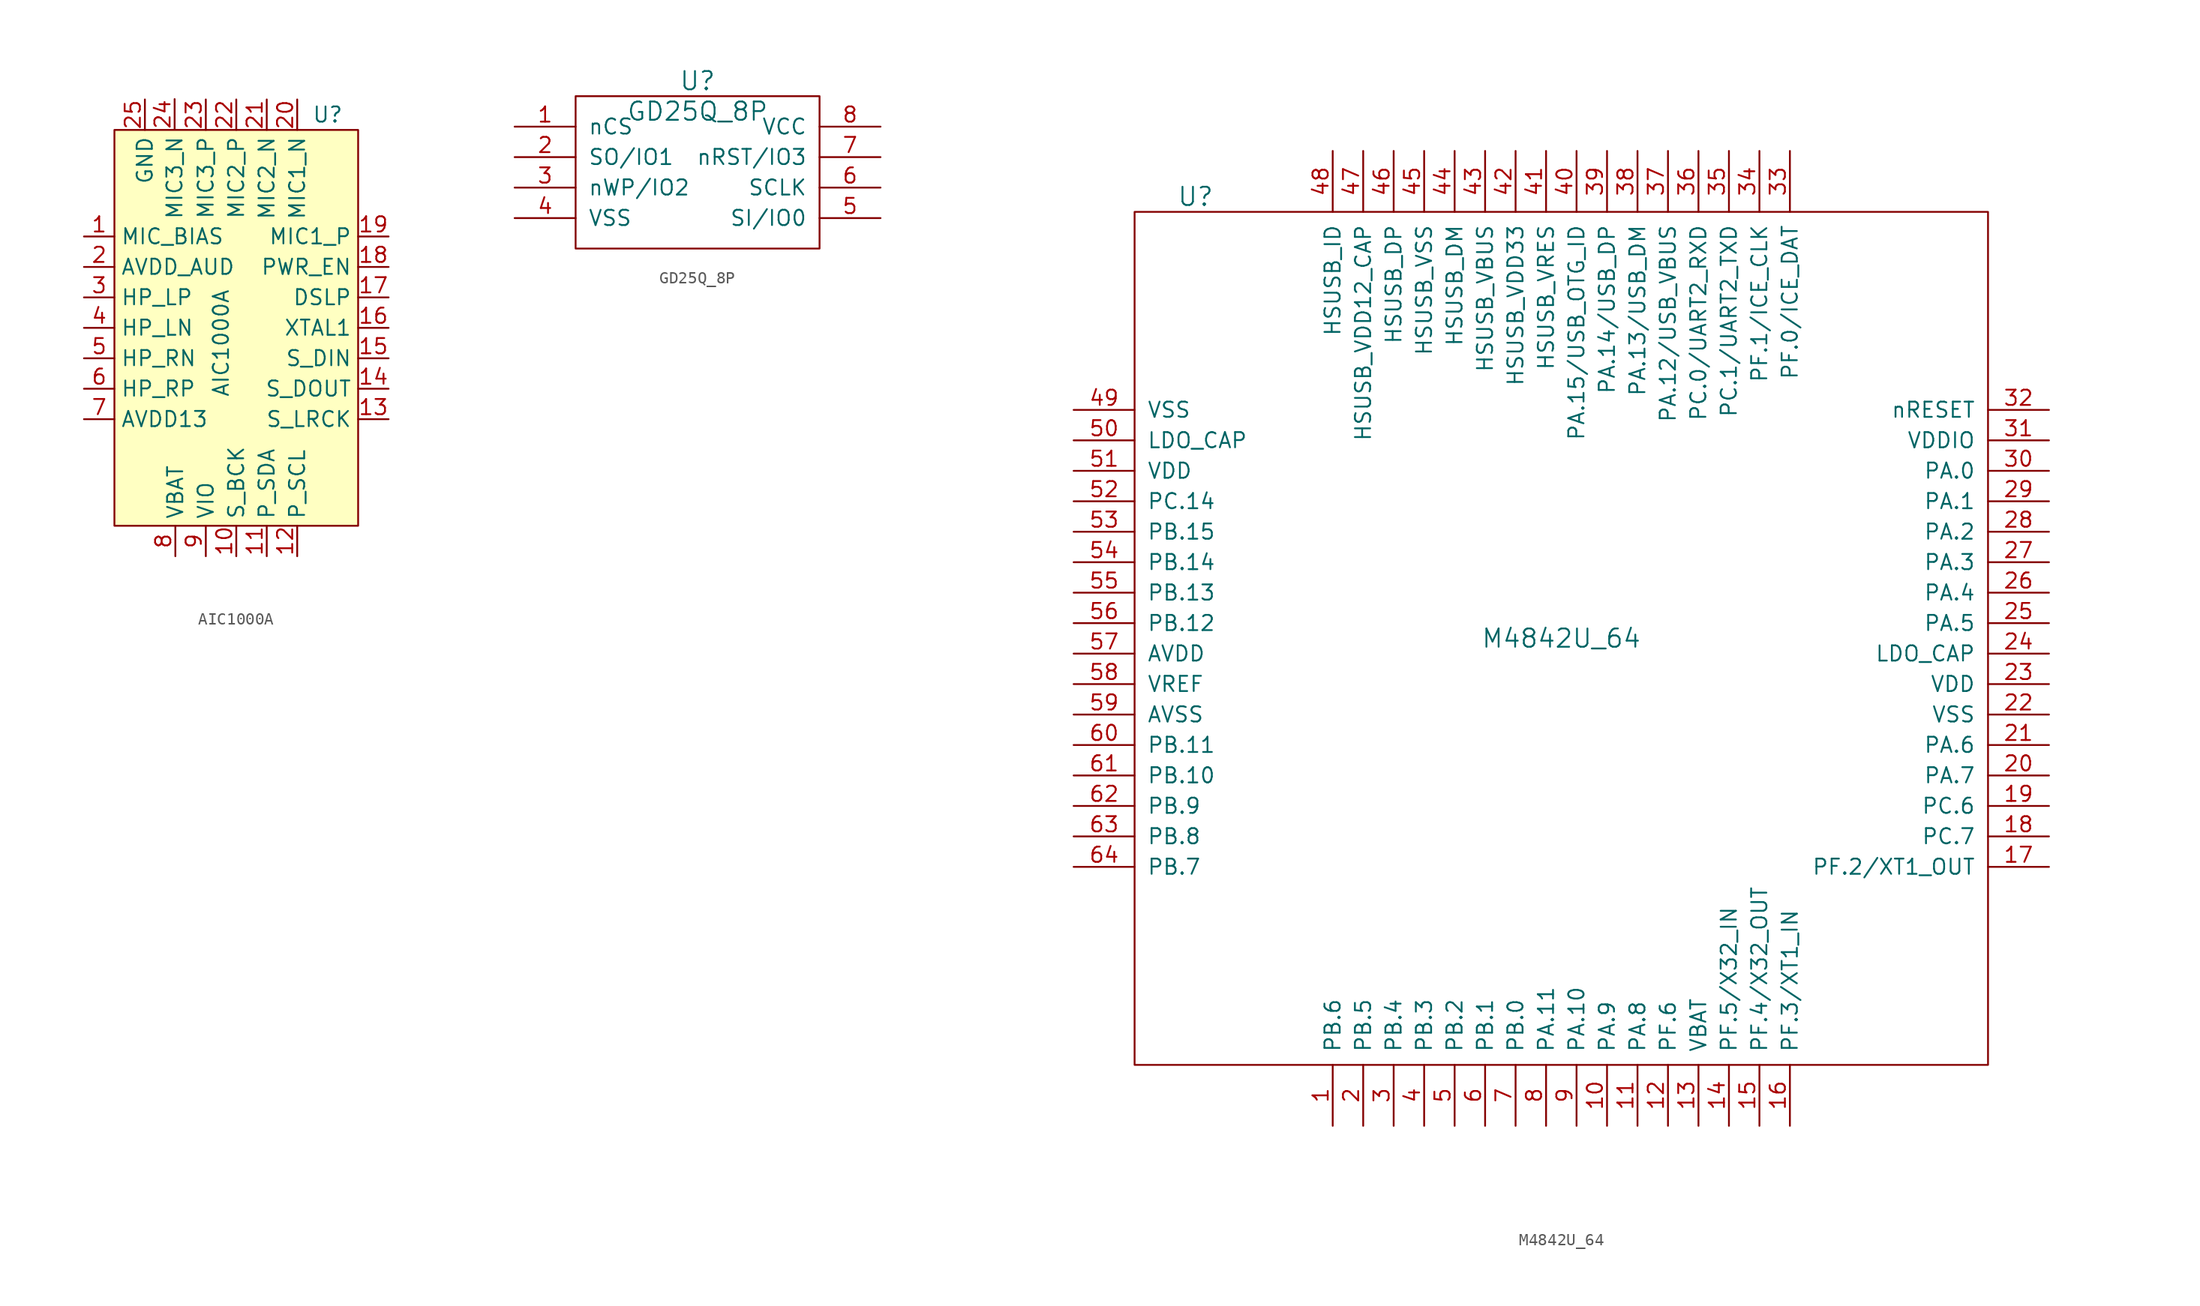
<source format=kicad_sym>
(kicad_symbol_lib
  (version 20211014)
  (generator kicad_symbol_editor)
  (symbol "AIC1000A"
    (property "Reference" "U"
      (at 7.62 17.78 0)
      (effects (font (size 1.27 1.27))))
    (property "Value" "AIC1000A"
      (at -1.27 -1.27 90)
      (effects (font (size 1.27 1.27))))
    (symbol "AIC1000A_0_1"
      (rectangle (start -10.16 16.51) (end 10.16 -16.51) (stroke (width 0.152) (type default) (color 0 0 0 0)) (fill (type background))))
    (symbol "AIC1000A_1_1"
      (pin input line (at -12.7 7.62 0) (length 2.54) (name "MIC_BIAS" (effects (font (size 1.27 1.27)))) (number "1" (effects (font (size 1.27 1.27)))))
      (pin input line (at 0 -19.05 90) (length 2.54) (name "S_BCK" (effects (font (size 1.27 1.27)))) (number "10" (effects (font (size 1.27 1.27)))))
      (pin input line (at 2.54 -19.05 90) (length 2.54) (name "P_SDA" (effects (font (size 1.27 1.27)))) (number "11" (effects (font (size 1.27 1.27)))))
      (pin input line (at 5.08 -19.05 90) (length 2.54) (name "P_SCL" (effects (font (size 1.27 1.27)))) (number "12" (effects (font (size 1.27 1.27)))))
      (pin input line (at 12.7 -7.62 180) (length 2.54) (name "S_LRCK" (effects (font (size 1.27 1.27)))) (number "13" (effects (font (size 1.27 1.27)))))
      (pin input line (at 12.7 -5.08 180) (length 2.54) (name "S_DOUT" (effects (font (size 1.27 1.27)))) (number "14" (effects (font (size 1.27 1.27)))))
      (pin input line (at 12.7 -2.54 180) (length 2.54) (name "S_DIN" (effects (font (size 1.27 1.27)))) (number "15" (effects (font (size 1.27 1.27)))))
      (pin input line (at 12.7 0 180) (length 2.54) (name "XTAL1" (effects (font (size 1.27 1.27)))) (number "16" (effects (font (size 1.27 1.27)))))
      (pin input line (at 12.7 2.54 180) (length 2.54) (name "DSLP" (effects (font (size 1.27 1.27)))) (number "17" (effects (font (size 1.27 1.27)))))
      (pin input line (at 12.7 5.08 180) (length 2.54) (name "PWR_EN" (effects (font (size 1.27 1.27)))) (number "18" (effects (font (size 1.27 1.27)))))
      (pin input line (at 12.7 7.62 180) (length 2.54) (name "MIC1_P" (effects (font (size 1.27 1.27)))) (number "19" (effects (font (size 1.27 1.27)))))
      (pin input line (at -12.7 5.08 0) (length 2.54) (name "AVDD_AUD" (effects (font (size 1.27 1.27)))) (number "2" (effects (font (size 1.27 1.27)))))
      (pin input line (at 5.08 19.05 270) (length 2.54) (name "MIC1_N" (effects (font (size 1.27 1.27)))) (number "20" (effects (font (size 1.27 1.27)))))
      (pin input line (at 2.54 19.05 270) (length 2.54) (name "MIC2_N" (effects (font (size 1.27 1.27)))) (number "21" (effects (font (size 1.27 1.27)))))
      (pin input line (at 0 19.05 270) (length 2.54) (name "MIC2_P" (effects (font (size 1.27 1.27)))) (number "22" (effects (font (size 1.27 1.27)))))
      (pin input line (at -2.54 19.05 270) (length 2.54) (name "MIC3_P" (effects (font (size 1.27 1.27)))) (number "23" (effects (font (size 1.27 1.27)))))
      (pin input line (at -5.141 19.08 270) (length 2.54) (name "MIC3_N" (effects (font (size 1.27 1.27)))) (number "24" (effects (font (size 1.27 1.27)))))
      (pin input line (at -7.62 19.05 270) (length 2.54) (name "GND" (effects (font (size 1.27 1.27)))) (number "25" (effects (font (size 1.27 1.27)))))
      (pin input line (at -12.7 2.54 0) (length 2.54) (name "HP_LP" (effects (font (size 1.27 1.27)))) (number "3" (effects (font (size 1.27 1.27)))))
      (pin input line (at -12.7 0 0) (length 2.54) (name "HP_LN" (effects (font (size 1.27 1.27)))) (number "4" (effects (font (size 1.27 1.27)))))
      (pin input line (at -12.7 -2.54 0) (length 2.54) (name "HP_RN" (effects (font (size 1.27 1.27)))) (number "5" (effects (font (size 1.27 1.27)))))
      (pin input line (at -12.7 -5.08 0) (length 2.54) (name "HP_RP" (effects (font (size 1.27 1.27)))) (number "6" (effects (font (size 1.27 1.27)))))
      (pin input line (at -12.7 -7.62 0) (length 2.54) (name "AVDD13" (effects (font (size 1.27 1.27)))) (number "7" (effects (font (size 1.27 1.27)))))
      (pin input line (at -5.08 -19.05 90) (length 2.54) (name "VBAT" (effects (font (size 1.27 1.27)))) (number "8" (effects (font (size 1.27 1.27)))))
      (pin input line (at -2.54 -19.05 90) (length 2.54) (name "VIO" (effects (font (size 1.27 1.27)))) (number "9" (effects (font (size 1.27 1.27)))))))
  (symbol "GD25Q_8P"
    (pin_names
      (offset 1.016))
    (property "Reference" "U"
      (at 0 7.62 0)
      (effects (font (size 1.524 1.524))))
    (property "Value" "GD25Q_8P"
      (at 0 5.08 0)
      (effects (font (size 1.524 1.524))))
    (symbol "GD25Q_8P_0_1"
      (rectangle (start -10.16 6.35) (end 10.16 -6.35) (stroke (width 0) (type default) (color 0 0 0 0)) (fill (type none))))
    (symbol "GD25Q_8P_1_1"
      (pin input line (at -15.24 3.81 0) (length 5.08) (name "nCS" (effects (font (size 1.27 1.27)))) (number "1" (effects (font (size 1.27 1.27)))))
      (pin input line (at -15.24 1.27 0) (length 5.08) (name "SO/IO1" (effects (font (size 1.27 1.27)))) (number "2" (effects (font (size 1.27 1.27)))))
      (pin input line (at -15.24 -1.27 0) (length 5.08) (name "nWP/IO2" (effects (font (size 1.27 1.27)))) (number "3" (effects (font (size 1.27 1.27)))))
      (pin input line (at -15.24 -3.81 0) (length 5.08) (name "VSS" (effects (font (size 1.27 1.27)))) (number "4" (effects (font (size 1.27 1.27)))))
      (pin input line (at 15.24 -3.81 180) (length 5.08) (name "SI/IO0" (effects (font (size 1.27 1.27)))) (number "5" (effects (font (size 1.27 1.27)))))
      (pin input line (at 15.24 -1.27 180) (length 5.08) (name "SCLK" (effects (font (size 1.27 1.27)))) (number "6" (effects (font (size 1.27 1.27)))))
      (pin input line (at 15.24 1.27 180) (length 5.08) (name "nRST/IO3" (effects (font (size 1.27 1.27)))) (number "7" (effects (font (size 1.27 1.27)))))
      (pin input line (at 15.24 3.81 180) (length 5.08) (name "VCC" (effects (font (size 1.27 1.27)))) (number "8" (effects (font (size 1.27 1.27)))))))
  (symbol "M4842U_64"
    (pin_names
      (offset 1.016))
    (property "Reference" "U"
      (at -30.48 36.83 0)
      (effects (font (size 1.524 1.524))))
    (property "Value" "M4842U_64"
      (at 0 0 0)
      (effects (font (size 1.524 1.524))))
    (symbol "M4842U_64_0_1"
      (rectangle (start -35.56 35.56) (end 35.56 -35.56) (stroke (width 0) (type default) (color 0 0 0 0)) (fill (type none))))
    (symbol "M4842U_64_1_1"
      (pin input line (at -19.05 -40.64 90) (length 5.08) (name "PB.6" (effects (font (size 1.27 1.27)))) (number "1" (effects (font (size 1.27 1.27)))))
      (pin input line (at 3.81 -40.64 90) (length 5.08) (name "PA.9" (effects (font (size 1.27 1.27)))) (number "10" (effects (font (size 1.27 1.27)))))
      (pin input line (at 6.35 -40.64 90) (length 5.08) (name "PA.8" (effects (font (size 1.27 1.27)))) (number "11" (effects (font (size 1.27 1.27)))))
      (pin input line (at 8.89 -40.64 90) (length 5.08) (name "PF.6" (effects (font (size 1.27 1.27)))) (number "12" (effects (font (size 1.27 1.27)))))
      (pin input line (at 11.43 -40.64 90) (length 5.08) (name "VBAT" (effects (font (size 1.27 1.27)))) (number "13" (effects (font (size 1.27 1.27)))))
      (pin input line (at 13.97 -40.64 90) (length 5.08) (name "PF.5/X32_IN" (effects (font (size 1.27 1.27)))) (number "14" (effects (font (size 1.27 1.27)))))
      (pin input line (at 16.51 -40.64 90) (length 5.08) (name "PF.4/X32_OUT" (effects (font (size 1.27 1.27)))) (number "15" (effects (font (size 1.27 1.27)))))
      (pin input line (at 19.05 -40.64 90) (length 5.08) (name "PF.3/XT1_IN" (effects (font (size 1.27 1.27)))) (number "16" (effects (font (size 1.27 1.27)))))
      (pin input line (at 40.64 -19.05 180) (length 5.08) (name "PF.2/XT1_OUT" (effects (font (size 1.27 1.27)))) (number "17" (effects (font (size 1.27 1.27)))))
      (pin input line (at 40.64 -16.51 180) (length 5.08) (name "PC.7" (effects (font (size 1.27 1.27)))) (number "18" (effects (font (size 1.27 1.27)))))
      (pin input line (at 40.64 -13.97 180) (length 5.08) (name "PC.6" (effects (font (size 1.27 1.27)))) (number "19" (effects (font (size 1.27 1.27)))))
      (pin input line (at -16.51 -40.64 90) (length 5.08) (name "PB.5" (effects (font (size 1.27 1.27)))) (number "2" (effects (font (size 1.27 1.27)))))
      (pin input line (at 40.64 -11.43 180) (length 5.08) (name "PA.7" (effects (font (size 1.27 1.27)))) (number "20" (effects (font (size 1.27 1.27)))))
      (pin input line (at 40.64 -8.89 180) (length 5.08) (name "PA.6" (effects (font (size 1.27 1.27)))) (number "21" (effects (font (size 1.27 1.27)))))
      (pin input line (at 40.64 -6.35 180) (length 5.08) (name "VSS" (effects (font (size 1.27 1.27)))) (number "22" (effects (font (size 1.27 1.27)))))
      (pin input line (at 40.64 -3.81 180) (length 5.08) (name "VDD" (effects (font (size 1.27 1.27)))) (number "23" (effects (font (size 1.27 1.27)))))
      (pin input line (at 40.64 -1.27 180) (length 5.08) (name "LDO_CAP" (effects (font (size 1.27 1.27)))) (number "24" (effects (font (size 1.27 1.27)))))
      (pin input line (at 40.64 1.27 180) (length 5.08) (name "PA.5" (effects (font (size 1.27 1.27)))) (number "25" (effects (font (size 1.27 1.27)))))
      (pin input line (at 40.64 3.81 180) (length 5.08) (name "PA.4" (effects (font (size 1.27 1.27)))) (number "26" (effects (font (size 1.27 1.27)))))
      (pin input line (at 40.64 6.35 180) (length 5.08) (name "PA.3" (effects (font (size 1.27 1.27)))) (number "27" (effects (font (size 1.27 1.27)))))
      (pin input line (at 40.64 8.89 180) (length 5.08) (name "PA.2" (effects (font (size 1.27 1.27)))) (number "28" (effects (font (size 1.27 1.27)))))
      (pin input line (at 40.64 11.43 180) (length 5.08) (name "PA.1" (effects (font (size 1.27 1.27)))) (number "29" (effects (font (size 1.27 1.27)))))
      (pin input line (at -13.97 -40.64 90) (length 5.08) (name "PB.4" (effects (font (size 1.27 1.27)))) (number "3" (effects (font (size 1.27 1.27)))))
      (pin input line (at 40.64 13.97 180) (length 5.08) (name "PA.0" (effects (font (size 1.27 1.27)))) (number "30" (effects (font (size 1.27 1.27)))))
      (pin input line (at 40.64 16.51 180) (length 5.08) (name "VDDIO" (effects (font (size 1.27 1.27)))) (number "31" (effects (font (size 1.27 1.27)))))
      (pin input line (at 40.64 19.05 180) (length 5.08) (name "nRESET" (effects (font (size 1.27 1.27)))) (number "32" (effects (font (size 1.27 1.27)))))
      (pin input line (at 19.05 40.64 270) (length 5.08) (name "PF.0/ICE_DAT" (effects (font (size 1.27 1.27)))) (number "33" (effects (font (size 1.27 1.27)))))
      (pin input line (at 16.51 40.64 270) (length 5.08) (name "PF.1/ICE_CLK" (effects (font (size 1.27 1.27)))) (number "34" (effects (font (size 1.27 1.27)))))
      (pin input line (at 13.97 40.64 270) (length 5.08) (name "PC.1/UART2_TXD" (effects (font (size 1.27 1.27)))) (number "35" (effects (font (size 1.27 1.27)))))
      (pin input line (at 11.43 40.64 270) (length 5.08) (name "PC.0/UART2_RXD" (effects (font (size 1.27 1.27)))) (number "36" (effects (font (size 1.27 1.27)))))
      (pin input line (at 8.89 40.64 270) (length 5.08) (name "PA.12/USB_VBUS" (effects (font (size 1.27 1.27)))) (number "37" (effects (font (size 1.27 1.27)))))
      (pin input line (at 6.35 40.64 270) (length 5.08) (name "PA.13/USB_DM" (effects (font (size 1.27 1.27)))) (number "38" (effects (font (size 1.27 1.27)))))
      (pin input line (at 3.81 40.64 270) (length 5.08) (name "PA.14/USB_DP" (effects (font (size 1.27 1.27)))) (number "39" (effects (font (size 1.27 1.27)))))
      (pin input line (at -11.43 -40.64 90) (length 5.08) (name "PB.3" (effects (font (size 1.27 1.27)))) (number "4" (effects (font (size 1.27 1.27)))))
      (pin input line (at 1.27 40.64 270) (length 5.08) (name "PA.15/USB_OTG_ID" (effects (font (size 1.27 1.27)))) (number "40" (effects (font (size 1.27 1.27)))))
      (pin input line (at -1.27 40.64 270) (length 5.08) (name "HSUSB_VRES" (effects (font (size 1.27 1.27)))) (number "41" (effects (font (size 1.27 1.27)))))
      (pin input line (at -3.81 40.64 270) (length 5.08) (name "HSUSB_VDD33" (effects (font (size 1.27 1.27)))) (number "42" (effects (font (size 1.27 1.27)))))
      (pin input line (at -6.35 40.64 270) (length 5.08) (name "HSUSB_VBUS" (effects (font (size 1.27 1.27)))) (number "43" (effects (font (size 1.27 1.27)))))
      (pin input line (at -8.89 40.64 270) (length 5.08) (name "HSUSB_DM" (effects (font (size 1.27 1.27)))) (number "44" (effects (font (size 1.27 1.27)))))
      (pin input line (at -11.43 40.64 270) (length 5.08) (name "HSUSB_VSS" (effects (font (size 1.27 1.27)))) (number "45" (effects (font (size 1.27 1.27)))))
      (pin input line (at -13.97 40.64 270) (length 5.08) (name "HSUSB_DP" (effects (font (size 1.27 1.27)))) (number "46" (effects (font (size 1.27 1.27)))))
      (pin input line (at -16.51 40.64 270) (length 5.08) (name "HSUSB_VDD12_CAP" (effects (font (size 1.27 1.27)))) (number "47" (effects (font (size 1.27 1.27)))))
      (pin input line (at -19.05 40.64 270) (length 5.08) (name "HSUSB_ID" (effects (font (size 1.27 1.27)))) (number "48" (effects (font (size 1.27 1.27)))))
      (pin input line (at -40.64 19.05 0) (length 5.08) (name "VSS" (effects (font (size 1.27 1.27)))) (number "49" (effects (font (size 1.27 1.27)))))
      (pin input line (at -8.89 -40.64 90) (length 5.08) (name "PB.2" (effects (font (size 1.27 1.27)))) (number "5" (effects (font (size 1.27 1.27)))))
      (pin input line (at -40.64 16.51 0) (length 5.08) (name "LDO_CAP" (effects (font (size 1.27 1.27)))) (number "50" (effects (font (size 1.27 1.27)))))
      (pin input line (at -40.64 13.97 0) (length 5.08) (name "VDD" (effects (font (size 1.27 1.27)))) (number "51" (effects (font (size 1.27 1.27)))))
      (pin input line (at -40.64 11.43 0) (length 5.08) (name "PC.14" (effects (font (size 1.27 1.27)))) (number "52" (effects (font (size 1.27 1.27)))))
      (pin input line (at -40.64 8.89 0) (length 5.08) (name "PB.15" (effects (font (size 1.27 1.27)))) (number "53" (effects (font (size 1.27 1.27)))))
      (pin input line (at -40.64 6.35 0) (length 5.08) (name "PB.14" (effects (font (size 1.27 1.27)))) (number "54" (effects (font (size 1.27 1.27)))))
      (pin input line (at -40.64 3.81 0) (length 5.08) (name "PB.13" (effects (font (size 1.27 1.27)))) (number "55" (effects (font (size 1.27 1.27)))))
      (pin input line (at -40.64 1.27 0) (length 5.08) (name "PB.12" (effects (font (size 1.27 1.27)))) (number "56" (effects (font (size 1.27 1.27)))))
      (pin input line (at -40.64 -1.27 0) (length 5.08) (name "AVDD" (effects (font (size 1.27 1.27)))) (number "57" (effects (font (size 1.27 1.27)))))
      (pin input line (at -40.64 -3.81 0) (length 5.08) (name "VREF" (effects (font (size 1.27 1.27)))) (number "58" (effects (font (size 1.27 1.27)))))
      (pin input line (at -40.64 -6.35 0) (length 5.08) (name "AVSS" (effects (font (size 1.27 1.27)))) (number "59" (effects (font (size 1.27 1.27)))))
      (pin input line (at -6.35 -40.64 90) (length 5.08) (name "PB.1" (effects (font (size 1.27 1.27)))) (number "6" (effects (font (size 1.27 1.27)))))
      (pin input line (at -40.64 -8.89 0) (length 5.08) (name "PB.11" (effects (font (size 1.27 1.27)))) (number "60" (effects (font (size 1.27 1.27)))))
      (pin input line (at -40.64 -11.43 0) (length 5.08) (name "PB.10" (effects (font (size 1.27 1.27)))) (number "61" (effects (font (size 1.27 1.27)))))
      (pin input line (at -40.64 -13.97 0) (length 5.08) (name "PB.9" (effects (font (size 1.27 1.27)))) (number "62" (effects (font (size 1.27 1.27)))))
      (pin input line (at -40.64 -16.51 0) (length 5.08) (name "PB.8" (effects (font (size 1.27 1.27)))) (number "63" (effects (font (size 1.27 1.27)))))
      (pin input line (at -40.64 -19.05 0) (length 5.08) (name "PB.7" (effects (font (size 1.27 1.27)))) (number "64" (effects (font (size 1.27 1.27)))))
      (pin input line (at -3.81 -40.64 90) (length 5.08) (name "PB.0" (effects (font (size 1.27 1.27)))) (number "7" (effects (font (size 1.27 1.27)))))
      (pin input line (at -1.27 -40.64 90) (length 5.08) (name "PA.11" (effects (font (size 1.27 1.27)))) (number "8" (effects (font (size 1.27 1.27)))))
      (pin input line (at 1.27 -40.64 90) (length 5.08) (name "PA.10" (effects (font (size 1.27 1.27)))) (number "9" (effects (font (size 1.27 1.27))))))))
</source>
